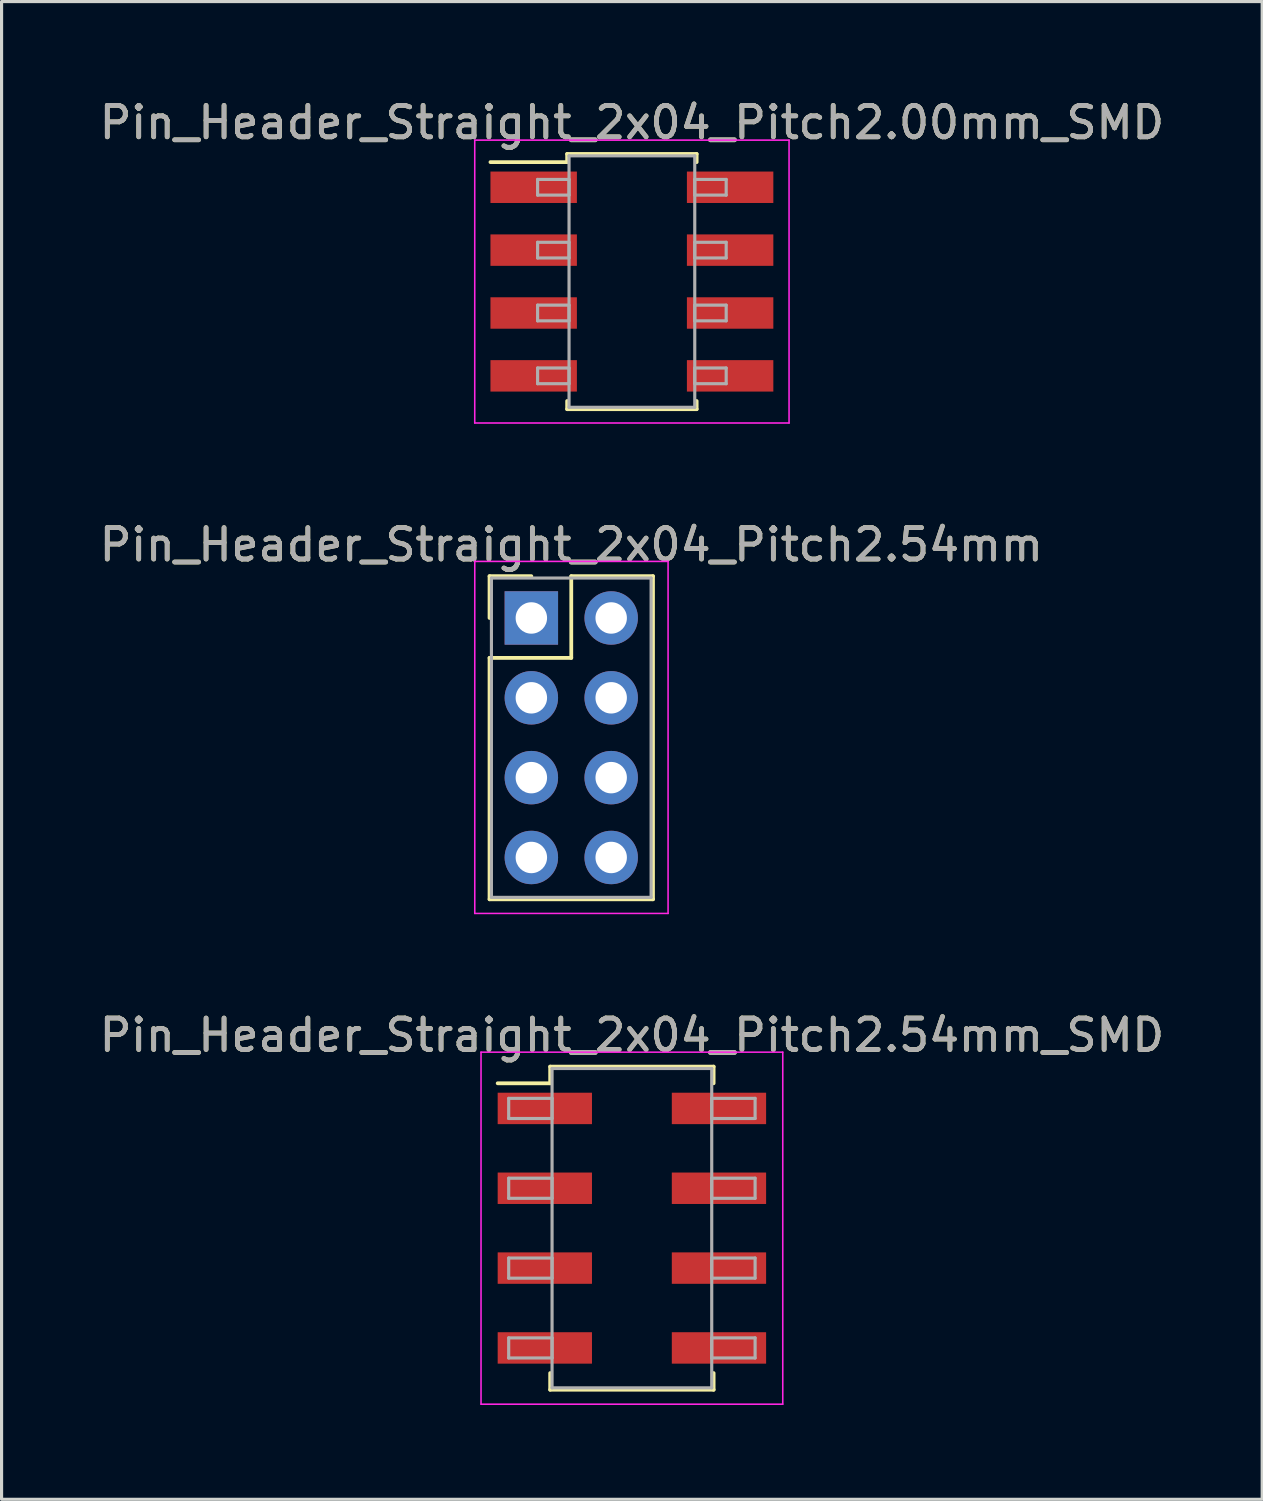
<source format=kicad_pcb>
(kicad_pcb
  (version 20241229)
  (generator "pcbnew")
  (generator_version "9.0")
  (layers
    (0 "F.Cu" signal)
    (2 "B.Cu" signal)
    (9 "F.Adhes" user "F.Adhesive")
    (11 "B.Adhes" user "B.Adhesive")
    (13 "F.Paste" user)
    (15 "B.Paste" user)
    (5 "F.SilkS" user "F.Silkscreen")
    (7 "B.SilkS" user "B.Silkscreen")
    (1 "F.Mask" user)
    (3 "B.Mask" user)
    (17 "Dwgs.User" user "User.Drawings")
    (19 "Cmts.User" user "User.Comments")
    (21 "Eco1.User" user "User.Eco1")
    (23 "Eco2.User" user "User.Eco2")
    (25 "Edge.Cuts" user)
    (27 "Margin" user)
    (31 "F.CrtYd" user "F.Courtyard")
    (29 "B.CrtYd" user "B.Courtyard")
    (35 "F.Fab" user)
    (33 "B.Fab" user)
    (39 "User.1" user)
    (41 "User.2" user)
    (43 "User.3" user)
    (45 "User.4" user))
  (footprint "Pin_Header_Straight_2x04_Pitch2.54mm"
    (layer "F.Cu")
    (at 13.855 16.611)
    (property "Reference" "Pin_Header_Straight_2x04_Pitch2.54mm" (at 1.27 -2.33 0) (layer "F.SilkS") (effects (font (size 1 1) (thickness 0.15))))
    (attr through_hole)
    (fp_line (start -1.33 -1.33) (end 0 -1.33) (stroke (width 0.12) (type solid)) (layer "F.SilkS"))
    (fp_line (start -1.33 0) (end -1.33 -1.33) (stroke (width 0.12) (type solid)) (layer "F.SilkS"))
    (fp_line (start -1.33 1.27) (end -1.33 8.95) (stroke (width 0.12) (type solid)) (layer "F.SilkS"))
    (fp_line (start -1.33 8.95) (end 3.87 8.95) (stroke (width 0.12) (type solid)) (layer "F.SilkS"))
    (fp_line (start 1.27 -1.33) (end 1.27 1.27) (stroke (width 0.12) (type solid)) (layer "F.SilkS"))
    (fp_line (start 1.27 1.27) (end -1.33 1.27) (stroke (width 0.12) (type solid)) (layer "F.SilkS"))
    (fp_line (start 3.87 -1.33) (end 1.27 -1.33) (stroke (width 0.12) (type solid)) (layer "F.SilkS"))
    (fp_line (start 3.87 8.95) (end 3.87 -1.33) (stroke (width 0.12) (type solid)) (layer "F.SilkS"))
    (fp_line (start -1.8 -1.8) (end -1.8 9.4) (stroke (width 0.05) (type solid)) (layer "F.CrtYd"))
    (fp_line (start -1.8 9.4) (end 4.35 9.4) (stroke (width 0.05) (type solid)) (layer "F.CrtYd"))
    (fp_line (start 4.35 -1.8) (end -1.8 -1.8) (stroke (width 0.05) (type solid)) (layer "F.CrtYd"))
    (fp_line (start 4.35 9.4) (end 4.35 -1.8) (stroke (width 0.05) (type solid)) (layer "F.CrtYd"))
    (fp_line (start -1.27 -1.27) (end -1.27 8.89) (stroke (width 0.1) (type solid)) (layer "F.Fab"))
    (fp_line (start -1.27 8.89) (end 3.81 8.89) (stroke (width 0.1) (type solid)) (layer "F.Fab"))
    (fp_line (start 3.81 -1.27) (end -1.27 -1.27) (stroke (width 0.1) (type solid)) (layer "F.Fab"))
    (fp_line (start 3.81 8.89) (end 3.81 -1.27) (stroke (width 0.1) (type solid)) (layer "F.Fab"))
    (fp_text user "${REFERENCE}" (at 1.27 -2.33 0) (layer "F.Fab") (effects (font (size 1 1) (thickness 0.15))))
    (pad "1" thru_hole rect (at 0 0) (size 1.7 1.7) (drill 1) (layers "*.Cu" "*.Mask"))
    (pad "2" thru_hole oval (at 2.54 0) (size 1.7 1.7) (drill 1) (layers "*.Cu" "*.Mask"))
    (pad "3" thru_hole oval (at 0 2.54) (size 1.7 1.7) (drill 1) (layers "*.Cu" "*.Mask"))
    (pad "4" thru_hole oval (at 2.54 2.54) (size 1.7 1.7) (drill 1) (layers "*.Cu" "*.Mask"))
    (pad "5" thru_hole oval (at 0 5.08) (size 1.7 1.7) (drill 1) (layers "*.Cu" "*.Mask"))
    (pad "6" thru_hole oval (at 2.54 5.08) (size 1.7 1.7) (drill 1) (layers "*.Cu" "*.Mask"))
    (pad "7" thru_hole oval (at 0 7.62) (size 1.7 1.7) (drill 1) (layers "*.Cu" "*.Mask"))
    (pad "8" thru_hole oval (at 2.54 7.62) (size 1.7 1.7) (drill 1) (layers "*.Cu" "*.Mask")))
  (footprint "Pin_Header_Straight_2x04_Pitch2.54mm_SMD"
    (layer "F.Cu")
    (at 17.054 36.025)
    (property "Reference" "Pin_Header_Straight_2x04_Pitch2.54mm_SMD" (at 0 -6.14 0) (layer "F.SilkS") (effects (font (size 1 1) (thickness 0.15))))
    (attr smd)
    (fp_line (start -4.27 -4.61) (end -2.6 -4.61) (stroke (width 0.12) (type solid)) (layer "F.SilkS"))
    (fp_line (start -2.6 -5.14) (end 2.6 -5.14) (stroke (width 0.12) (type solid)) (layer "F.SilkS"))
    (fp_line (start -2.6 -4.61) (end -2.6 -5.14) (stroke (width 0.12) (type solid)) (layer "F.SilkS"))
    (fp_line (start -2.6 4.61) (end -2.6 5.14) (stroke (width 0.12) (type solid)) (layer "F.SilkS"))
    (fp_line (start -2.6 5.14) (end 2.6 5.14) (stroke (width 0.12) (type solid)) (layer "F.SilkS"))
    (fp_line (start 2.6 -5.14) (end 2.6 -4.61) (stroke (width 0.12) (type solid)) (layer "F.SilkS"))
    (fp_line (start 2.6 5.14) (end 2.6 4.61) (stroke (width 0.12) (type solid)) (layer "F.SilkS"))
    (fp_line (start -4.8 -5.6) (end -4.8 5.6) (stroke (width 0.05) (type solid)) (layer "F.CrtYd"))
    (fp_line (start -4.8 5.6) (end 4.8 5.6) (stroke (width 0.05) (type solid)) (layer "F.CrtYd"))
    (fp_line (start 4.8 -5.6) (end -4.8 -5.6) (stroke (width 0.05) (type solid)) (layer "F.CrtYd"))
    (fp_line (start 4.8 5.6) (end 4.8 -5.6) (stroke (width 0.05) (type solid)) (layer "F.CrtYd"))
    (fp_line (start -3.92 -4.13) (end -2.54 -4.13) (stroke (width 0.1) (type solid)) (layer "F.Fab"))
    (fp_line (start -3.92 -3.49) (end -3.92 -4.13) (stroke (width 0.1) (type solid)) (layer "F.Fab"))
    (fp_line (start -3.92 -1.59) (end -2.54 -1.59) (stroke (width 0.1) (type solid)) (layer "F.Fab"))
    (fp_line (start -3.92 -0.95) (end -3.92 -1.59) (stroke (width 0.1) (type solid)) (layer "F.Fab"))
    (fp_line (start -3.92 0.95) (end -2.54 0.95) (stroke (width 0.1) (type solid)) (layer "F.Fab"))
    (fp_line (start -3.92 1.59) (end -3.92 0.95) (stroke (width 0.1) (type solid)) (layer "F.Fab"))
    (fp_line (start -3.92 3.49) (end -2.54 3.49) (stroke (width 0.1) (type solid)) (layer "F.Fab"))
    (fp_line (start -3.92 4.13) (end -3.92 3.49) (stroke (width 0.1) (type solid)) (layer "F.Fab"))
    (fp_line (start -2.54 -5.08) (end -2.54 5.08) (stroke (width 0.1) (type solid)) (layer "F.Fab"))
    (fp_line (start -2.54 -4.13) (end -2.54 -3.49) (stroke (width 0.1) (type solid)) (layer "F.Fab"))
    (fp_line (start -2.54 -3.49) (end -3.92 -3.49) (stroke (width 0.1) (type solid)) (layer "F.Fab"))
    (fp_line (start -2.54 -1.59) (end -2.54 -0.95) (stroke (width 0.1) (type solid)) (layer "F.Fab"))
    (fp_line (start -2.54 -0.95) (end -3.92 -0.95) (stroke (width 0.1) (type solid)) (layer "F.Fab"))
    (fp_line (start -2.54 0.95) (end -2.54 1.59) (stroke (width 0.1) (type solid)) (layer "F.Fab"))
    (fp_line (start -2.54 1.59) (end -3.92 1.59) (stroke (width 0.1) (type solid)) (layer "F.Fab"))
    (fp_line (start -2.54 3.49) (end -2.54 4.13) (stroke (width 0.1) (type solid)) (layer "F.Fab"))
    (fp_line (start -2.54 4.13) (end -3.92 4.13) (stroke (width 0.1) (type solid)) (layer "F.Fab"))
    (fp_line (start -2.54 5.08) (end 2.54 5.08) (stroke (width 0.1) (type solid)) (layer "F.Fab"))
    (fp_line (start 2.54 -5.08) (end -2.54 -5.08) (stroke (width 0.1) (type solid)) (layer "F.Fab"))
    (fp_line (start 2.54 -4.13) (end 2.54 -3.49) (stroke (width 0.1) (type solid)) (layer "F.Fab"))
    (fp_line (start 2.54 -3.49) (end 3.92 -3.49) (stroke (width 0.1) (type solid)) (layer "F.Fab"))
    (fp_line (start 2.54 -1.59) (end 2.54 -0.95) (stroke (width 0.1) (type solid)) (layer "F.Fab"))
    (fp_line (start 2.54 -0.95) (end 3.92 -0.95) (stroke (width 0.1) (type solid)) (layer "F.Fab"))
    (fp_line (start 2.54 0.95) (end 2.54 1.59) (stroke (width 0.1) (type solid)) (layer "F.Fab"))
    (fp_line (start 2.54 1.59) (end 3.92 1.59) (stroke (width 0.1) (type solid)) (layer "F.Fab"))
    (fp_line (start 2.54 3.49) (end 2.54 4.13) (stroke (width 0.1) (type solid)) (layer "F.Fab"))
    (fp_line (start 2.54 4.13) (end 3.92 4.13) (stroke (width 0.1) (type solid)) (layer "F.Fab"))
    (fp_line (start 2.54 5.08) (end 2.54 -5.08) (stroke (width 0.1) (type solid)) (layer "F.Fab"))
    (fp_line (start 3.92 -4.13) (end 2.54 -4.13) (stroke (width 0.1) (type solid)) (layer "F.Fab"))
    (fp_line (start 3.92 -3.49) (end 3.92 -4.13) (stroke (width 0.1) (type solid)) (layer "F.Fab"))
    (fp_line (start 3.92 -1.59) (end 2.54 -1.59) (stroke (width 0.1) (type solid)) (layer "F.Fab"))
    (fp_line (start 3.92 -0.95) (end 3.92 -1.59) (stroke (width 0.1) (type solid)) (layer "F.Fab"))
    (fp_line (start 3.92 0.95) (end 2.54 0.95) (stroke (width 0.1) (type solid)) (layer "F.Fab"))
    (fp_line (start 3.92 1.59) (end 3.92 0.95) (stroke (width 0.1) (type solid)) (layer "F.Fab"))
    (fp_line (start 3.92 3.49) (end 2.54 3.49) (stroke (width 0.1) (type solid)) (layer "F.Fab"))
    (fp_line (start 3.92 4.13) (end 3.92 3.49) (stroke (width 0.1) (type solid)) (layer "F.Fab"))
    (fp_text user "${REFERENCE}" (at 0 -6.14 0) (layer "F.Fab") (effects (font (size 1 1) (thickness 0.15))))
    (pad "1" smd rect (at -2.77 -3.81) (size 3 1) (layers "F.Cu" "F.Mask" "F.Paste"))
    (pad "2" smd rect (at 2.77 -3.81) (size 3 1) (layers "F.Cu" "F.Mask" "F.Paste"))
    (pad "3" smd rect (at -2.77 -1.27) (size 3 1) (layers "F.Cu" "F.Mask" "F.Paste"))
    (pad "4" smd rect (at 2.77 -1.27) (size 3 1) (layers "F.Cu" "F.Mask" "F.Paste"))
    (pad "5" smd rect (at -2.77 1.27) (size 3 1) (layers "F.Cu" "F.Mask" "F.Paste"))
    (pad "6" smd rect (at 2.77 1.27) (size 3 1) (layers "F.Cu" "F.Mask" "F.Paste"))
    (pad "7" smd rect (at -2.77 3.81) (size 3 1) (layers "F.Cu" "F.Mask" "F.Paste"))
    (pad "8" smd rect (at 2.77 3.81) (size 3 1) (layers "F.Cu" "F.Mask" "F.Paste")))
  (footprint "Pin_Header_Straight_2x04_Pitch2.00mm_SMD"
    (layer "F.Cu")
    (at 17.054 5.908)
    (property "Reference" "Pin_Header_Straight_2x04_Pitch2.00mm_SMD" (at 0 -5.06 0) (layer "F.SilkS") (effects (font (size 1 1) (thickness 0.15))))
    (attr smd)
    (fp_line (start -4.5 -3.8) (end -2.06 -3.8) (stroke (width 0.12) (type solid)) (layer "F.SilkS"))
    (fp_line (start -2.06 -4.06) (end 2.06 -4.06) (stroke (width 0.12) (type solid)) (layer "F.SilkS"))
    (fp_line (start -2.06 -3.8) (end -2.06 -4.06) (stroke (width 0.12) (type solid)) (layer "F.SilkS"))
    (fp_line (start -2.06 3.8) (end -2.06 4.06) (stroke (width 0.12) (type solid)) (layer "F.SilkS"))
    (fp_line (start -2.06 4.06) (end 2.06 4.06) (stroke (width 0.12) (type solid)) (layer "F.SilkS"))
    (fp_line (start 2.06 -4.06) (end 2.06 -3.8) (stroke (width 0.12) (type solid)) (layer "F.SilkS"))
    (fp_line (start 2.06 4.06) (end 2.06 3.8) (stroke (width 0.12) (type solid)) (layer "F.SilkS"))
    (fp_line (start -5 -4.5) (end -5 4.5) (stroke (width 0.05) (type solid)) (layer "F.CrtYd"))
    (fp_line (start -5 4.5) (end 5 4.5) (stroke (width 0.05) (type solid)) (layer "F.CrtYd"))
    (fp_line (start 5 -4.5) (end -5 -4.5) (stroke (width 0.05) (type solid)) (layer "F.CrtYd"))
    (fp_line (start 5 4.5) (end 5 -4.5) (stroke (width 0.05) (type solid)) (layer "F.CrtYd"))
    (fp_line (start -3 -3.25) (end -2 -3.25) (stroke (width 0.1) (type solid)) (layer "F.Fab"))
    (fp_line (start -3 -2.75) (end -3 -3.25) (stroke (width 0.1) (type solid)) (layer "F.Fab"))
    (fp_line (start -3 -1.25) (end -2 -1.25) (stroke (width 0.1) (type solid)) (layer "F.Fab"))
    (fp_line (start -3 -0.75) (end -3 -1.25) (stroke (width 0.1) (type solid)) (layer "F.Fab"))
    (fp_line (start -3 0.75) (end -2 0.75) (stroke (width 0.1) (type solid)) (layer "F.Fab"))
    (fp_line (start -3 1.25) (end -3 0.75) (stroke (width 0.1) (type solid)) (layer "F.Fab"))
    (fp_line (start -3 2.75) (end -2 2.75) (stroke (width 0.1) (type solid)) (layer "F.Fab"))
    (fp_line (start -3 3.25) (end -3 2.75) (stroke (width 0.1) (type solid)) (layer "F.Fab"))
    (fp_line (start -2 -4) (end -2 4) (stroke (width 0.1) (type solid)) (layer "F.Fab"))
    (fp_line (start -2 -3.25) (end -2 -2.75) (stroke (width 0.1) (type solid)) (layer "F.Fab"))
    (fp_line (start -2 -2.75) (end -3 -2.75) (stroke (width 0.1) (type solid)) (layer "F.Fab"))
    (fp_line (start -2 -1.25) (end -2 -0.75) (stroke (width 0.1) (type solid)) (layer "F.Fab"))
    (fp_line (start -2 -0.75) (end -3 -0.75) (stroke (width 0.1) (type solid)) (layer "F.Fab"))
    (fp_line (start -2 0.75) (end -2 1.25) (stroke (width 0.1) (type solid)) (layer "F.Fab"))
    (fp_line (start -2 1.25) (end -3 1.25) (stroke (width 0.1) (type solid)) (layer "F.Fab"))
    (fp_line (start -2 2.75) (end -2 3.25) (stroke (width 0.1) (type solid)) (layer "F.Fab"))
    (fp_line (start -2 3.25) (end -3 3.25) (stroke (width 0.1) (type solid)) (layer "F.Fab"))
    (fp_line (start -2 4) (end 2 4) (stroke (width 0.1) (type solid)) (layer "F.Fab"))
    (fp_line (start 2 -4) (end -2 -4) (stroke (width 0.1) (type solid)) (layer "F.Fab"))
    (fp_line (start 2 -3.25) (end 2 -2.75) (stroke (width 0.1) (type solid)) (layer "F.Fab"))
    (fp_line (start 2 -2.75) (end 3 -2.75) (stroke (width 0.1) (type solid)) (layer "F.Fab"))
    (fp_line (start 2 -1.25) (end 2 -0.75) (stroke (width 0.1) (type solid)) (layer "F.Fab"))
    (fp_line (start 2 -0.75) (end 3 -0.75) (stroke (width 0.1) (type solid)) (layer "F.Fab"))
    (fp_line (start 2 0.75) (end 2 1.25) (stroke (width 0.1) (type solid)) (layer "F.Fab"))
    (fp_line (start 2 1.25) (end 3 1.25) (stroke (width 0.1) (type solid)) (layer "F.Fab"))
    (fp_line (start 2 2.75) (end 2 3.25) (stroke (width 0.1) (type solid)) (layer "F.Fab"))
    (fp_line (start 2 3.25) (end 3 3.25) (stroke (width 0.1) (type solid)) (layer "F.Fab"))
    (fp_line (start 2 4) (end 2 -4) (stroke (width 0.1) (type solid)) (layer "F.Fab"))
    (fp_line (start 3 -3.25) (end 2 -3.25) (stroke (width 0.1) (type solid)) (layer "F.Fab"))
    (fp_line (start 3 -2.75) (end 3 -3.25) (stroke (width 0.1) (type solid)) (layer "F.Fab"))
    (fp_line (start 3 -1.25) (end 2 -1.25) (stroke (width 0.1) (type solid)) (layer "F.Fab"))
    (fp_line (start 3 -0.75) (end 3 -1.25) (stroke (width 0.1) (type solid)) (layer "F.Fab"))
    (fp_line (start 3 0.75) (end 2 0.75) (stroke (width 0.1) (type solid)) (layer "F.Fab"))
    (fp_line (start 3 1.25) (end 3 0.75) (stroke (width 0.1) (type solid)) (layer "F.Fab"))
    (fp_line (start 3 2.75) (end 2 2.75) (stroke (width 0.1) (type solid)) (layer "F.Fab"))
    (fp_line (start 3 3.25) (end 3 2.75) (stroke (width 0.1) (type solid)) (layer "F.Fab"))
    (fp_text user "${REFERENCE}" (at 0 -5.06 0) (layer "F.Fab") (effects (font (size 1 1) (thickness 0.15))))
    (pad "1" smd rect (at -3.125 -3) (size 2.75 1) (layers "F.Cu" "F.Mask" "F.Paste"))
    (pad "2" smd rect (at 3.125 -3) (size 2.75 1) (layers "F.Cu" "F.Mask" "F.Paste"))
    (pad "3" smd rect (at -3.125 -1) (size 2.75 1) (layers "F.Cu" "F.Mask" "F.Paste"))
    (pad "4" smd rect (at 3.125 -1) (size 2.75 1) (layers "F.Cu" "F.Mask" "F.Paste"))
    (pad "5" smd rect (at -3.125 1) (size 2.75 1) (layers "F.Cu" "F.Mask" "F.Paste"))
    (pad "6" smd rect (at 3.125 1) (size 2.75 1) (layers "F.Cu" "F.Mask" "F.Paste"))
    (pad "7" smd rect (at -3.125 3) (size 2.75 1) (layers "F.Cu" "F.Mask" "F.Paste"))
    (pad "8" smd rect (at 3.125 3) (size 2.75 1) (layers "F.Cu" "F.Mask" "F.Paste")))
  (gr_rect
    (start -3 -3)
    (end 37.107 44.65)
    (stroke (width 0.1) (type default))
    (fill no)
    (layer "Edge.Cuts")))
</source>
